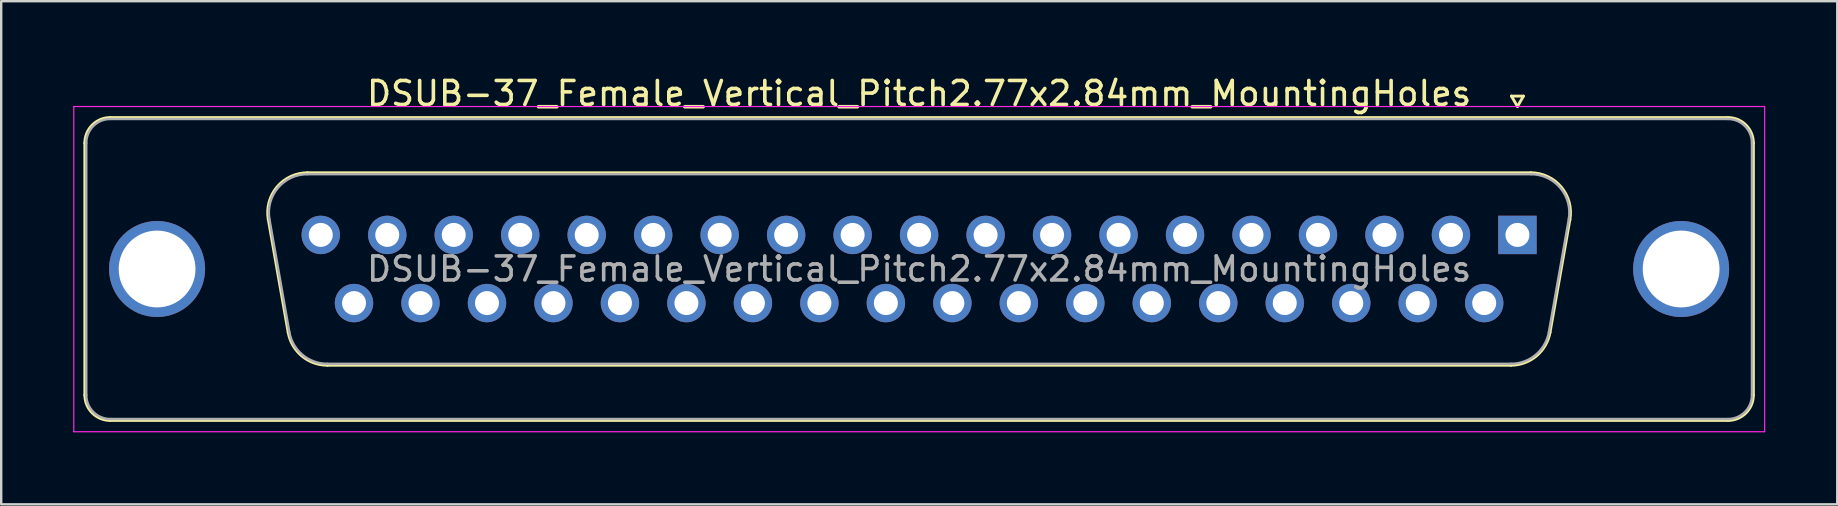
<source format=kicad_pcb>
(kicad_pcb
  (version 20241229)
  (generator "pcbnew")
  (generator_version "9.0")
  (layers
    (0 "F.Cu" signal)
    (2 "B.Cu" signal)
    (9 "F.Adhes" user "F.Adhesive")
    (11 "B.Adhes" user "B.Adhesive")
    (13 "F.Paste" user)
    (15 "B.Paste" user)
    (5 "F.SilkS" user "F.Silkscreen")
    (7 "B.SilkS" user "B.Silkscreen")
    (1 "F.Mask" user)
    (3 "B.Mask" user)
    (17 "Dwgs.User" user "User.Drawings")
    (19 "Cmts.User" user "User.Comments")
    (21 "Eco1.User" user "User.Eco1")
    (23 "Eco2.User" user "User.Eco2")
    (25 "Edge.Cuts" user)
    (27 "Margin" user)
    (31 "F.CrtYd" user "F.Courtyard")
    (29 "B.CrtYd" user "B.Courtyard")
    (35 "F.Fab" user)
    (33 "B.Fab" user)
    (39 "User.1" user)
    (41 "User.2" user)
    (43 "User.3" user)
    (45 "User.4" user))
  (footprint "DSUB-37_Female_Vertical_Pitch2.77x2.84mm_MountingHoles"
    (layer "F.Cu")
    (at 60.175 6.738)
    (property "Reference" "DSUB-37_Female_Vertical_Pitch2.77x2.84mm_MountingHoles" (at -24.93 -5.89 0) (layer "F.SilkS") (effects (font (size 1 1) (thickness 0.15))))
    (attr through_hole)
    (fp_line (start -59.69 6.67) (end -59.69 -3.83) (stroke (width 0.12) (type solid)) (layer "F.SilkS"))
    (fp_line (start -58.63 -4.89) (end 8.77 -4.89) (stroke (width 0.12) (type solid)) (layer "F.SilkS"))
    (fp_line (start -52.046 -0.642) (end -51.218 4.058) (stroke (width 0.12) (type solid)) (layer "F.SilkS"))
    (fp_line (start -50.412 -2.59) (end 0.552 -2.59) (stroke (width 0.12) (type solid)) (layer "F.SilkS"))
    (fp_line (start -49.583 5.43) (end -0.277 5.43) (stroke (width 0.12) (type solid)) (layer "F.SilkS"))
    (fp_line (start -0.25 -5.784) (end 0.25 -5.784) (stroke (width 0.12) (type solid)) (layer "F.SilkS"))
    (fp_line (start 0 -5.351) (end -0.25 -5.784) (stroke (width 0.12) (type solid)) (layer "F.SilkS"))
    (fp_line (start 0.25 -5.784) (end 0 -5.351) (stroke (width 0.12) (type solid)) (layer "F.SilkS"))
    (fp_line (start 2.186 -0.642) (end 1.358 4.058) (stroke (width 0.12) (type solid)) (layer "F.SilkS"))
    (fp_line (start 8.77 7.73) (end -58.63 7.73) (stroke (width 0.12) (type solid)) (layer "F.SilkS"))
    (fp_line (start 9.83 -3.83) (end 9.83 6.67) (stroke (width 0.12) (type solid)) (layer "F.SilkS"))
    (fp_arc (start -59.69 -3.83) (mid -59.379533 -4.579533) (end -58.63 -4.89) (stroke (width 0.12) (type solid)) (layer "F.SilkS"))
    (fp_arc (start -58.63 7.73) (mid -59.379533 7.419533) (end -59.69 6.67) (stroke (width 0.12) (type solid)) (layer "F.SilkS"))
    (fp_arc (start -52.04647 -0.641744) (mid -51.683323 -1.997028) (end -50.411689 -2.59) (stroke (width 0.12) (type solid)) (layer "F.SilkS"))
    (fp_arc (start -49.582952 5.43) (mid -50.649979 5.041634) (end -51.217733 4.058256) (stroke (width 0.12) (type solid)) (layer "F.SilkS"))
    (fp_arc (start 0.551689 -2.59) (mid 1.823323 -1.997027) (end 2.18647 -0.641744) (stroke (width 0.12) (type solid)) (layer "F.SilkS"))
    (fp_arc (start 1.357733 4.058256) (mid 0.78998 5.041634) (end -0.277048 5.43) (stroke (width 0.12) (type solid)) (layer "F.SilkS"))
    (fp_arc (start 8.77 -4.89) (mid 9.519533 -4.579533) (end 9.83 -3.83) (stroke (width 0.12) (type solid)) (layer "F.SilkS"))
    (fp_arc (start 9.83 6.67) (mid 9.519533 7.419533) (end 8.77 7.73) (stroke (width 0.12) (type solid)) (layer "F.SilkS"))
    (fp_line (start -60.15 -5.35) (end -60.15 8.2) (stroke (width 0.05) (type solid)) (layer "F.CrtYd"))
    (fp_line (start -60.15 8.2) (end 10.3 8.2) (stroke (width 0.05) (type solid)) (layer "F.CrtYd"))
    (fp_line (start 10.3 -5.35) (end -60.15 -5.35) (stroke (width 0.05) (type solid)) (layer "F.CrtYd"))
    (fp_line (start 10.3 8.2) (end 10.3 -5.35) (stroke (width 0.05) (type solid)) (layer "F.CrtYd"))
    (fp_line (start -59.63 6.67) (end -59.63 -3.83) (stroke (width 0.1) (type solid)) (layer "F.Fab"))
    (fp_line (start -58.63 -4.83) (end 8.77 -4.83) (stroke (width 0.1) (type solid)) (layer "F.Fab"))
    (fp_line (start -51.999 -0.652) (end -51.17 4.048) (stroke (width 0.1) (type solid)) (layer "F.Fab"))
    (fp_line (start -50.423 -2.53) (end 0.563 -2.53) (stroke (width 0.1) (type solid)) (layer "F.Fab"))
    (fp_line (start -49.594 5.37) (end -0.266 5.37) (stroke (width 0.1) (type solid)) (layer "F.Fab"))
    (fp_line (start 2.139 -0.652) (end 1.31 4.048) (stroke (width 0.1) (type solid)) (layer "F.Fab"))
    (fp_line (start 8.77 7.67) (end -58.63 7.67) (stroke (width 0.1) (type solid)) (layer "F.Fab"))
    (fp_line (start 9.77 -3.83) (end 9.77 6.67) (stroke (width 0.1) (type solid)) (layer "F.Fab"))
    (fp_arc (start -59.63 -3.83) (mid -59.337107 -4.537107) (end -58.63 -4.83) (stroke (width 0.1) (type solid)) (layer "F.Fab"))
    (fp_arc (start -58.63 7.67) (mid -59.337107 7.377107) (end -59.63 6.67) (stroke (width 0.1) (type solid)) (layer "F.Fab"))
    (fp_arc (start -51.998886 -0.652163) (mid -51.648865 -1.95846) (end -50.423194 -2.53) (stroke (width 0.1) (type solid)) (layer "F.Fab"))
    (fp_arc (start -49.594457 5.37) (mid -50.622917 4.995671) (end -51.170149 4.047837) (stroke (width 0.1) (type solid)) (layer "F.Fab"))
    (fp_arc (start 0.563194 -2.53) (mid 1.788865 -1.95846) (end 2.138886 -0.652163) (stroke (width 0.1) (type solid)) (layer "F.Fab"))
    (fp_arc (start 1.310149 4.047837) (mid 0.762917 4.995671) (end -0.265543 5.37) (stroke (width 0.1) (type solid)) (layer "F.Fab"))
    (fp_arc (start 8.77 -4.83) (mid 9.477107 -4.537107) (end 9.77 -3.83) (stroke (width 0.1) (type solid)) (layer "F.Fab"))
    (fp_arc (start 9.77 6.67) (mid 9.477107 7.377107) (end 8.77 7.67) (stroke (width 0.1) (type solid)) (layer "F.Fab"))
    (fp_text user "${REFERENCE}" (at -24.93 1.42 0) (layer "F.Fab") (effects (font (size 1 1) (thickness 0.15))))
    (pad "0" thru_hole circle (at -56.68 1.42) (size 4 4) (drill 3.2) (layers "*.Cu" "*.Mask"))
    (pad "0" thru_hole circle (at 6.82 1.42) (size 4 4) (drill 3.2) (layers "*.Cu" "*.Mask"))
    (pad "1" thru_hole rect (at 0 0) (size 1.6 1.6) (drill 1) (layers "*.Cu" "*.Mask"))
    (pad "2" thru_hole circle (at -2.77 0) (size 1.6 1.6) (drill 1) (layers "*.Cu" "*.Mask"))
    (pad "3" thru_hole circle (at -5.54 0) (size 1.6 1.6) (drill 1) (layers "*.Cu" "*.Mask"))
    (pad "4" thru_hole circle (at -8.31 0) (size 1.6 1.6) (drill 1) (layers "*.Cu" "*.Mask"))
    (pad "5" thru_hole circle (at -11.08 0) (size 1.6 1.6) (drill 1) (layers "*.Cu" "*.Mask"))
    (pad "6" thru_hole circle (at -13.85 0) (size 1.6 1.6) (drill 1) (layers "*.Cu" "*.Mask"))
    (pad "7" thru_hole circle (at -16.62 0) (size 1.6 1.6) (drill 1) (layers "*.Cu" "*.Mask"))
    (pad "8" thru_hole circle (at -19.39 0) (size 1.6 1.6) (drill 1) (layers "*.Cu" "*.Mask"))
    (pad "9" thru_hole circle (at -22.16 0) (size 1.6 1.6) (drill 1) (layers "*.Cu" "*.Mask"))
    (pad "10" thru_hole circle (at -24.93 0) (size 1.6 1.6) (drill 1) (layers "*.Cu" "*.Mask"))
    (pad "11" thru_hole circle (at -27.7 0) (size 1.6 1.6) (drill 1) (layers "*.Cu" "*.Mask"))
    (pad "12" thru_hole circle (at -30.47 0) (size 1.6 1.6) (drill 1) (layers "*.Cu" "*.Mask"))
    (pad "13" thru_hole circle (at -33.24 0) (size 1.6 1.6) (drill 1) (layers "*.Cu" "*.Mask"))
    (pad "14" thru_hole circle (at -36.01 0) (size 1.6 1.6) (drill 1) (layers "*.Cu" "*.Mask"))
    (pad "15" thru_hole circle (at -38.78 0) (size 1.6 1.6) (drill 1) (layers "*.Cu" "*.Mask"))
    (pad "16" thru_hole circle (at -41.55 0) (size 1.6 1.6) (drill 1) (layers "*.Cu" "*.Mask"))
    (pad "17" thru_hole circle (at -44.32 0) (size 1.6 1.6) (drill 1) (layers "*.Cu" "*.Mask"))
    (pad "18" thru_hole circle (at -47.09 0) (size 1.6 1.6) (drill 1) (layers "*.Cu" "*.Mask"))
    (pad "19" thru_hole circle (at -49.86 0) (size 1.6 1.6) (drill 1) (layers "*.Cu" "*.Mask"))
    (pad "20" thru_hole circle (at -1.385 2.84) (size 1.6 1.6) (drill 1) (layers "*.Cu" "*.Mask"))
    (pad "21" thru_hole circle (at -4.155 2.84) (size 1.6 1.6) (drill 1) (layers "*.Cu" "*.Mask"))
    (pad "22" thru_hole circle (at -6.925 2.84) (size 1.6 1.6) (drill 1) (layers "*.Cu" "*.Mask"))
    (pad "23" thru_hole circle (at -9.695 2.84) (size 1.6 1.6) (drill 1) (layers "*.Cu" "*.Mask"))
    (pad "24" thru_hole circle (at -12.465 2.84) (size 1.6 1.6) (drill 1) (layers "*.Cu" "*.Mask"))
    (pad "25" thru_hole circle (at -15.235 2.84) (size 1.6 1.6) (drill 1) (layers "*.Cu" "*.Mask"))
    (pad "26" thru_hole circle (at -18.005 2.84) (size 1.6 1.6) (drill 1) (layers "*.Cu" "*.Mask"))
    (pad "27" thru_hole circle (at -20.775 2.84) (size 1.6 1.6) (drill 1) (layers "*.Cu" "*.Mask"))
    (pad "28" thru_hole circle (at -23.545 2.84) (size 1.6 1.6) (drill 1) (layers "*.Cu" "*.Mask"))
    (pad "29" thru_hole circle (at -26.315 2.84) (size 1.6 1.6) (drill 1) (layers "*.Cu" "*.Mask"))
    (pad "30" thru_hole circle (at -29.085 2.84) (size 1.6 1.6) (drill 1) (layers "*.Cu" "*.Mask"))
    (pad "31" thru_hole circle (at -31.855 2.84) (size 1.6 1.6) (drill 1) (layers "*.Cu" "*.Mask"))
    (pad "32" thru_hole circle (at -34.625 2.84) (size 1.6 1.6) (drill 1) (layers "*.Cu" "*.Mask"))
    (pad "33" thru_hole circle (at -37.395 2.84) (size 1.6 1.6) (drill 1) (layers "*.Cu" "*.Mask"))
    (pad "34" thru_hole circle (at -40.165 2.84) (size 1.6 1.6) (drill 1) (layers "*.Cu" "*.Mask"))
    (pad "35" thru_hole circle (at -42.935 2.84) (size 1.6 1.6) (drill 1) (layers "*.Cu" "*.Mask"))
    (pad "36" thru_hole circle (at -45.705 2.84) (size 1.6 1.6) (drill 1) (layers "*.Cu" "*.Mask"))
    (pad "37" thru_hole circle (at -48.475 2.84) (size 1.6 1.6) (drill 1) (layers "*.Cu" "*.Mask")))
  (gr_rect
    (start -3 -3)
    (end 73.5 17.963)
    (stroke (width 0.1) (type default))
    (fill no)
    (layer "Edge.Cuts")))
</source>
